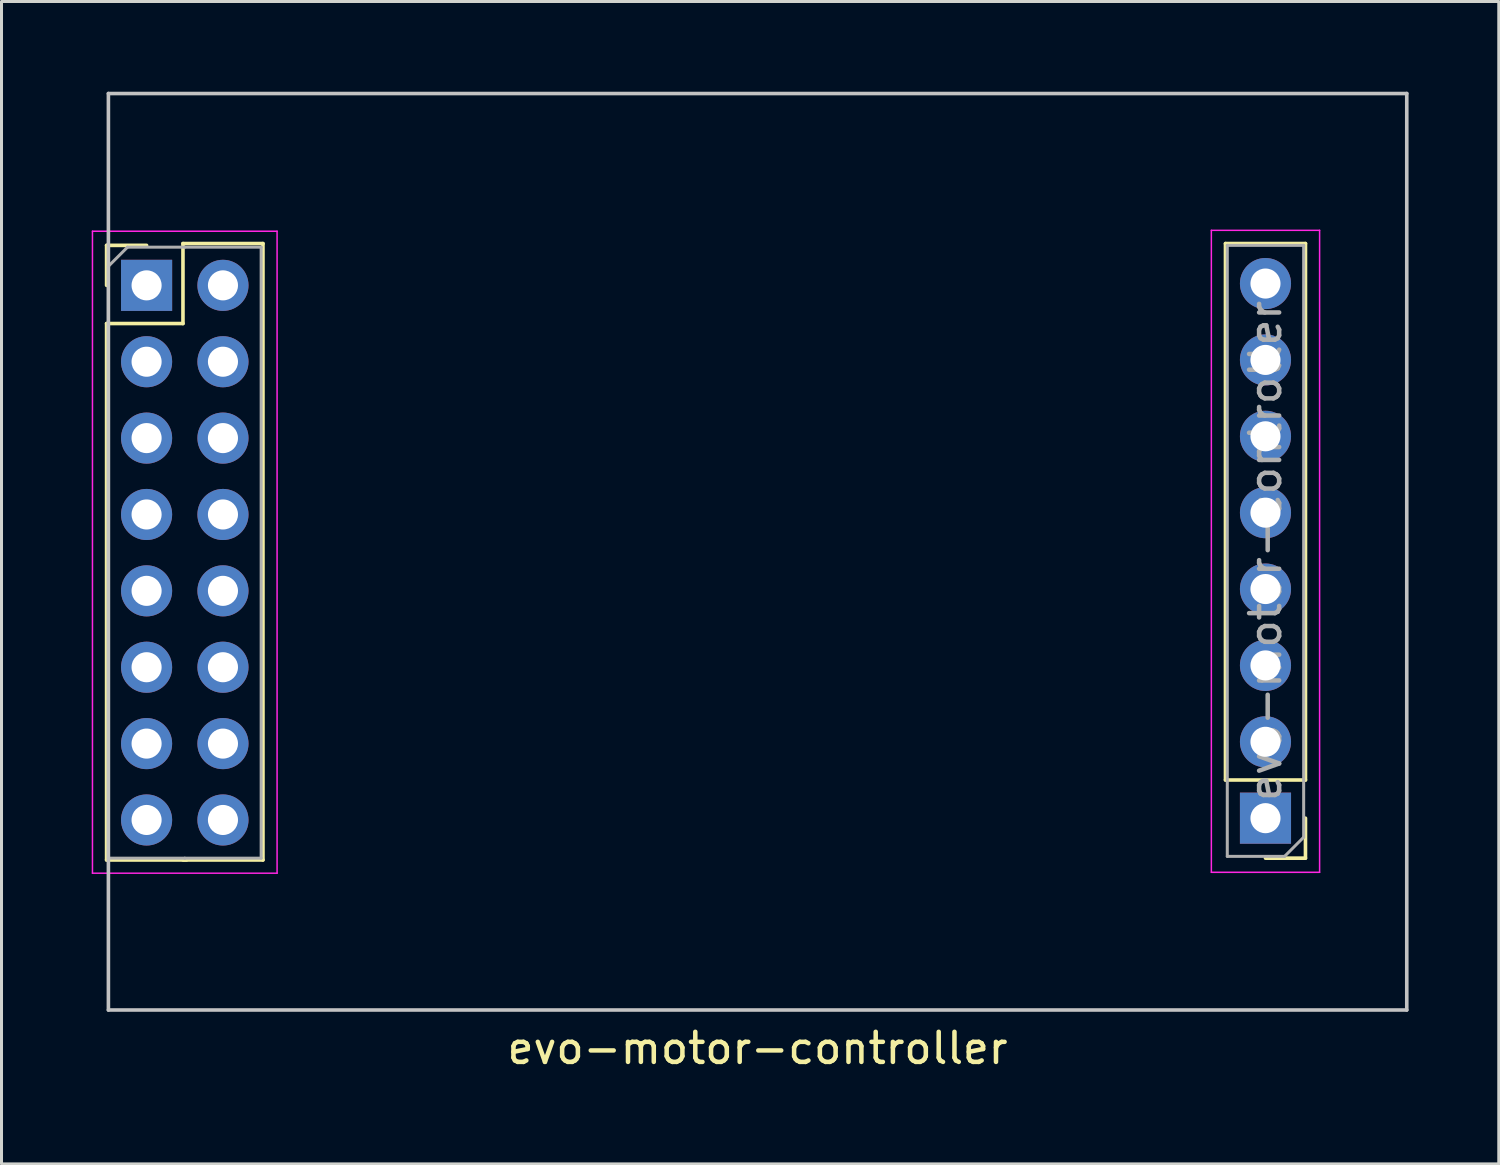
<source format=kicad_pcb>
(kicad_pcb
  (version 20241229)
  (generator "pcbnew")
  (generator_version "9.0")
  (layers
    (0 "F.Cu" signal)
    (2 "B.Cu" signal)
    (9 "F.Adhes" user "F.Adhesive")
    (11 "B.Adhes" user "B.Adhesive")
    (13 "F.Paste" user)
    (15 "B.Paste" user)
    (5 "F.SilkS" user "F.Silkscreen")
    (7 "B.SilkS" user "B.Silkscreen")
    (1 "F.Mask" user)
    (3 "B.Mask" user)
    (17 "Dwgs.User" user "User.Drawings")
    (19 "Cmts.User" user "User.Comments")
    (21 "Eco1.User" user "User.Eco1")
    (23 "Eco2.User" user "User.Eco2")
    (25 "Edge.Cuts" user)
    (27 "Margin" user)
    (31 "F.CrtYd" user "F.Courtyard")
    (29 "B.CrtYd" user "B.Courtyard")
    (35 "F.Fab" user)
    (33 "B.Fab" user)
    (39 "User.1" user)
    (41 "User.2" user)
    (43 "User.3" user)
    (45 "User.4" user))
  (footprint "evo-motor-controller"
    (layer "F.Cu")
    (at 22.145 15.3)
    (property "Reference" "evo-motor-controller" (at 0 16.51 0) (layer "F.SilkS") (effects (font (size 1 1) (thickness 0.15))))
    (attr through_hole)
    (fp_line (start -21.65 -10.19) (end -20.32 -10.19) (stroke (width 0.12) (type solid)) (layer "F.SilkS"))
    (fp_line (start -21.65 -8.86) (end -21.65 -10.19) (stroke (width 0.12) (type solid)) (layer "F.SilkS"))
    (fp_line (start -21.65 -7.59) (end -21.65 10.25) (stroke (width 0.12) (type solid)) (layer "F.SilkS"))
    (fp_line (start -21.65 -7.59) (end -19.11 -7.59) (stroke (width 0.12) (type solid)) (layer "F.SilkS"))
    (fp_line (start -21.65 10.25) (end -18.99 10.25) (stroke (width 0.12) (type solid)) (layer "F.SilkS"))
    (fp_line (start -19.11 -10.25) (end -16.45 -10.25) (stroke (width 0.12) (type solid)) (layer "F.SilkS"))
    (fp_line (start -19.11 -7.59) (end -19.11 -10.25) (stroke (width 0.12) (type solid)) (layer "F.SilkS"))
    (fp_line (start -19.11 10.25) (end -16.45 10.25) (stroke (width 0.12) (type solid)) (layer "F.SilkS"))
    (fp_line (start -16.45 -10.25) (end -16.45 10.25) (stroke (width 0.12) (type solid)) (layer "F.SilkS"))
    (fp_line (start 15.561 7.59) (end 15.561 -10.25) (stroke (width 0.12) (type solid)) (layer "F.SilkS"))
    (fp_line (start 18.221 -10.25) (end 15.561 -10.25) (stroke (width 0.12) (type solid)) (layer "F.SilkS"))
    (fp_line (start 18.221 7.59) (end 15.561 7.59) (stroke (width 0.12) (type solid)) (layer "F.SilkS"))
    (fp_line (start 18.221 7.59) (end 18.221 -10.25) (stroke (width 0.12) (type solid)) (layer "F.SilkS"))
    (fp_line (start 18.221 8.86) (end 18.221 10.19) (stroke (width 0.12) (type solid)) (layer "F.SilkS"))
    (fp_line (start 18.221 10.19) (end 16.891 10.19) (stroke (width 0.12) (type solid)) (layer "F.SilkS"))
    (fp_line (start -21.59 -15.24) (end 21.59 -15.24) (stroke (width 0.12) (type solid)) (layer "Dwgs.User"))
    (fp_line (start -21.59 15.24) (end -21.59 -15.24) (stroke (width 0.12) (type solid)) (layer "Dwgs.User"))
    (fp_line (start -21.59 15.24) (end 21.59 15.24) (stroke (width 0.12) (type solid)) (layer "Dwgs.User"))
    (fp_line (start 21.59 15.24) (end 21.59 -15.24) (stroke (width 0.12) (type solid)) (layer "Dwgs.User"))
    (fp_line (start -22.12 -10.66) (end -22.12 10.69) (stroke (width 0.05) (type solid)) (layer "F.CrtYd"))
    (fp_line (start -15.98 -10.66) (end -22.12 -10.66) (stroke (width 0.05) (type solid)) (layer "F.CrtYd"))
    (fp_line (start -15.98 10.69) (end -22.12 10.69) (stroke (width 0.05) (type solid)) (layer "F.CrtYd"))
    (fp_line (start -15.98 10.69) (end -15.98 -10.66) (stroke (width 0.05) (type solid)) (layer "F.CrtYd"))
    (fp_line (start 15.091 -10.69) (end 15.091 10.66) (stroke (width 0.05) (type solid)) (layer "F.CrtYd"))
    (fp_line (start 15.091 10.66) (end 18.691 10.66) (stroke (width 0.05) (type solid)) (layer "F.CrtYd"))
    (fp_line (start 18.691 -10.69) (end 15.091 -10.69) (stroke (width 0.05) (type solid)) (layer "F.CrtYd"))
    (fp_line (start 18.691 10.66) (end 18.691 -10.69) (stroke (width 0.05) (type solid)) (layer "F.CrtYd"))
    (fp_line (start -21.59 -9.495) (end -20.955 -10.13) (stroke (width 0.1) (type solid)) (layer "F.Fab"))
    (fp_line (start -21.59 10.19) (end -21.59 -9.495) (stroke (width 0.1) (type solid)) (layer "F.Fab"))
    (fp_line (start -20.955 -10.13) (end -19.05 -10.13) (stroke (width 0.1) (type solid)) (layer "F.Fab"))
    (fp_line (start -19.05 -10.13) (end -16.51 -10.13) (stroke (width 0.1) (type solid)) (layer "F.Fab"))
    (fp_line (start -19.05 10.19) (end -21.59 10.19) (stroke (width 0.1) (type solid)) (layer "F.Fab"))
    (fp_line (start -16.51 -10.13) (end -16.51 10.19) (stroke (width 0.1) (type solid)) (layer "F.Fab"))
    (fp_line (start -16.51 10.19) (end -19.05 10.19) (stroke (width 0.1) (type solid)) (layer "F.Fab"))
    (fp_line (start 15.621 -10.19) (end 18.161 -10.19) (stroke (width 0.1) (type solid)) (layer "F.Fab"))
    (fp_line (start 15.621 10.13) (end 15.621 -10.19) (stroke (width 0.1) (type solid)) (layer "F.Fab"))
    (fp_line (start 17.526 10.13) (end 15.621 10.13) (stroke (width 0.1) (type solid)) (layer "F.Fab"))
    (fp_line (start 18.161 -10.19) (end 18.161 9.495) (stroke (width 0.1) (type solid)) (layer "F.Fab"))
    (fp_line (start 18.161 9.495) (end 17.526 10.13) (stroke (width 0.1) (type solid)) (layer "F.Fab"))
    (fp_text user "${REFERENCE}" (at 16.891 -0.03 270) (layer "F.Fab") (effects (font (size 1 1) (thickness 0.15))))
    (pad "1" thru_hole rect (at -20.32 -8.86) (size 1.7 1.7) (drill 1) (layers "*.Cu" "*.Mask"))
    (pad "2" thru_hole oval (at -20.32 -6.32) (size 1.7 1.7) (drill 1) (layers "*.Cu" "*.Mask"))
    (pad "3" thru_hole oval (at -20.32 -3.78) (size 1.7 1.7) (drill 1) (layers "*.Cu" "*.Mask"))
    (pad "4" thru_hole oval (at -20.32 -1.24) (size 1.7 1.7) (drill 1) (layers "*.Cu" "*.Mask"))
    (pad "5" thru_hole oval (at -20.32 1.3) (size 1.7 1.7) (drill 1) (layers "*.Cu" "*.Mask"))
    (pad "6" thru_hole oval (at -20.32 3.84) (size 1.7 1.7) (drill 1) (layers "*.Cu" "*.Mask"))
    (pad "7" thru_hole oval (at -20.32 6.38) (size 1.7 1.7) (drill 1) (layers "*.Cu" "*.Mask"))
    (pad "8" thru_hole oval (at -20.32 8.92) (size 1.7 1.7) (drill 1) (layers "*.Cu" "*.Mask"))
    (pad "9" thru_hole circle (at -17.78 -8.86) (size 1.7 1.7) (drill 1) (layers "*.Cu" "*.Mask"))
    (pad "10" thru_hole oval (at -17.78 -6.32) (size 1.7 1.7) (drill 1) (layers "*.Cu" "*.Mask"))
    (pad "11" thru_hole oval (at -17.78 -3.78) (size 1.7 1.7) (drill 1) (layers "*.Cu" "*.Mask"))
    (pad "12" thru_hole oval (at -17.78 -1.24) (size 1.7 1.7) (drill 1) (layers "*.Cu" "*.Mask"))
    (pad "13" thru_hole oval (at -17.78 1.3) (size 1.7 1.7) (drill 1) (layers "*.Cu" "*.Mask"))
    (pad "14" thru_hole oval (at -17.78 3.84) (size 1.7 1.7) (drill 1) (layers "*.Cu" "*.Mask"))
    (pad "15" thru_hole oval (at -17.78 6.38) (size 1.7 1.7) (drill 1) (layers "*.Cu" "*.Mask"))
    (pad "16" thru_hole oval (at -17.78 8.92) (size 1.7 1.7) (drill 1) (layers "*.Cu" "*.Mask"))
    (pad "A" thru_hole oval (at 16.891 -8.92 180) (size 1.7 1.7) (drill 1) (layers "*.Cu" "*.Mask"))
    (pad "A" thru_hole oval (at 16.891 -6.38 180) (size 1.7 1.7) (drill 1) (layers "*.Cu" "*.Mask"))
    (pad "B" thru_hole oval (at 16.891 -3.84 180) (size 1.7 1.7) (drill 1) (layers "*.Cu" "*.Mask"))
    (pad "B" thru_hole oval (at 16.891 -1.3 180) (size 1.7 1.7) (drill 1) (layers "*.Cu" "*.Mask"))
    (pad "C" thru_hole oval (at 16.891 1.24 180) (size 1.7 1.7) (drill 1) (layers "*.Cu" "*.Mask"))
    (pad "C" thru_hole oval (at 16.891 3.78 180) (size 1.7 1.7) (drill 1) (layers "*.Cu" "*.Mask"))
    (pad "D" thru_hole oval (at 16.891 6.32 180) (size 1.7 1.7) (drill 1) (layers "*.Cu" "*.Mask"))
    (pad "D" thru_hole rect (at 16.891 8.86 180) (size 1.7 1.7) (drill 1) (layers "*.Cu" "*.Mask")))
  (gr_rect
    (start -3 -3)
    (end 46.795 35.658)
    (stroke (width 0.1) (type default))
    (fill no)
    (layer "Edge.Cuts")))
</source>
